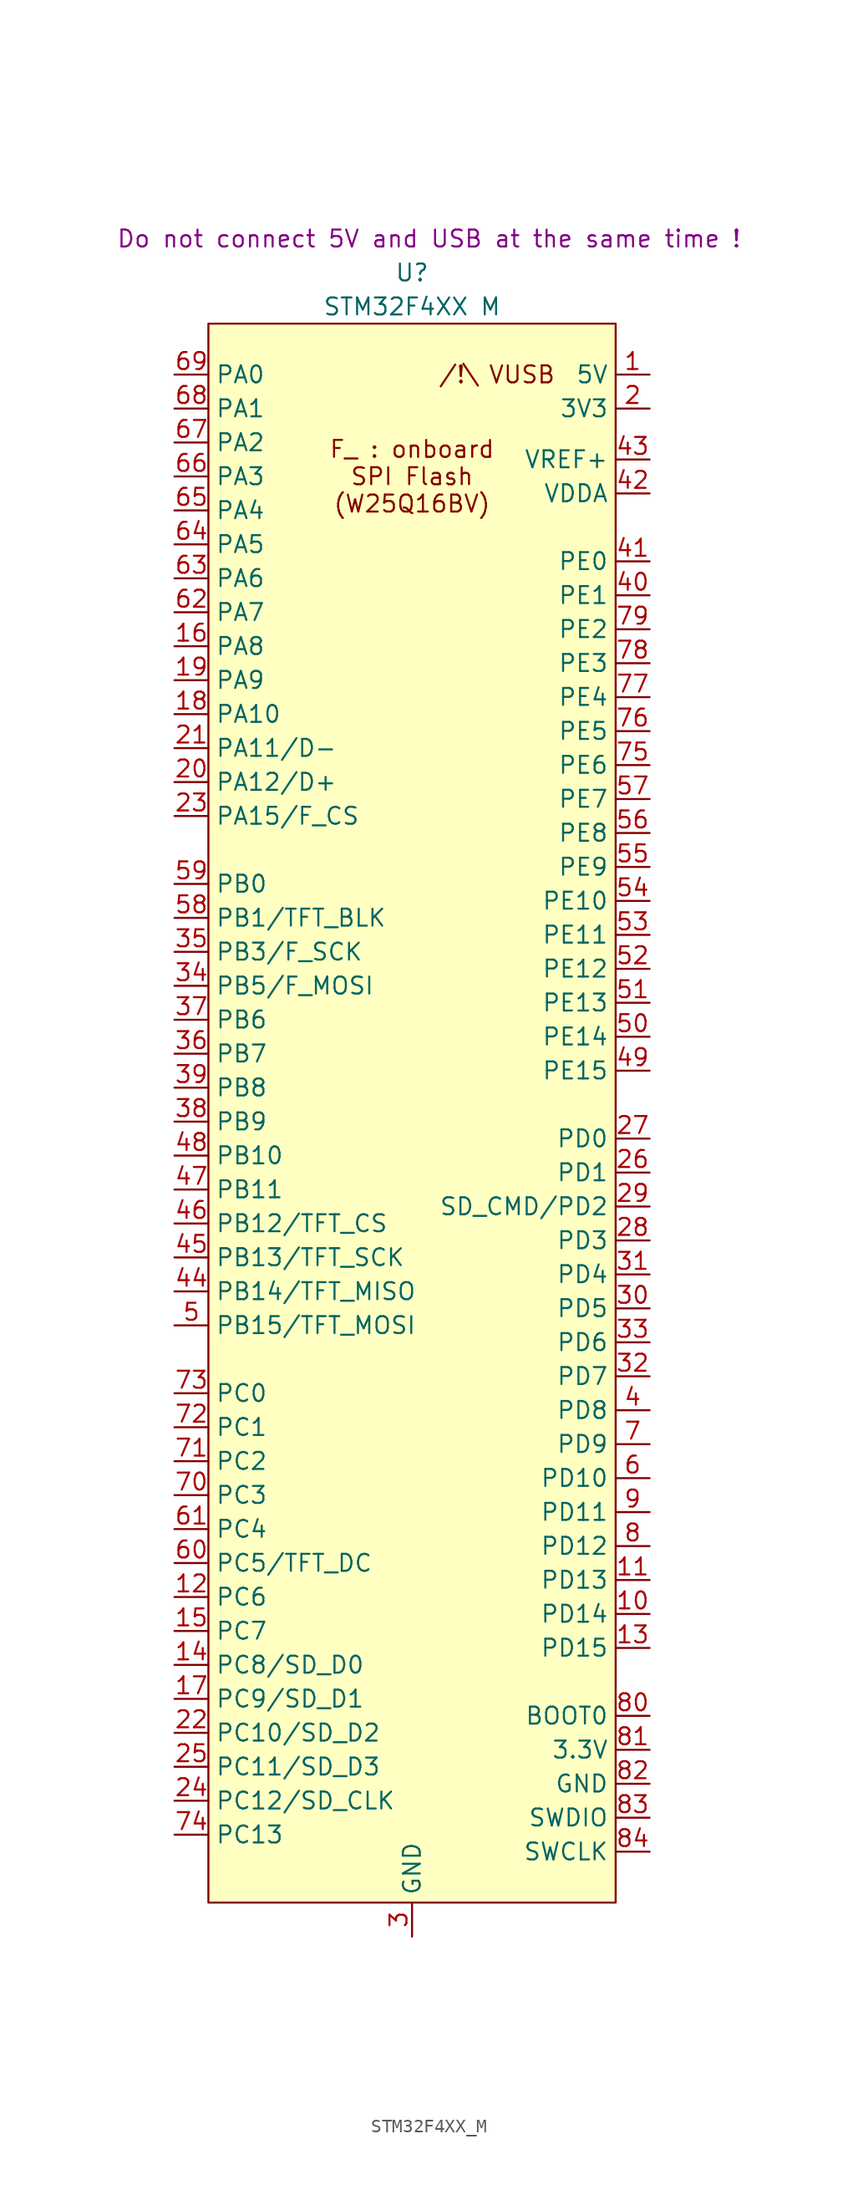
<source format=kicad_sym>
(kicad_symbol_lib
  (version 20220914)
  (generator kicad_symbol_editor)
  (symbol "STM32F4XX_M"
    (property "Reference" "U"
      (at 0 62.23 0)
      (effects (font (size 1.27 1.27))))
    (property "Value" "STM32F4XX M"
      (at 0 59.69 0)
      (effects (font (size 1.27 1.27))))
    (property "Note d'intégration" "Do not connect 5V and USB at the same time !"
      (at 1.27 64.77 0)
      (effects (font (size 1.27 1.27))))
    (symbol "STM32F4XX_M_1_1"
      (rectangle (start -15.24 58.42) (end 15.24 -59.69) (stroke (width 0) (type default)) (fill (type background)))
      (text "/!\\ VUSB\n" (at 6.35 54.61 0) (effects (font (size 1.27 1.27))))
      (text "F_ : onboard\nSPI Flash\n(W25Q16BV)" (at 0 46.99 0) (effects (font (size 1.27 1.27))))
      (pin power_in line (at 17.78 54.61 180) (length 2.54) (name "5V" (effects (font (size 1.27 1.27)))) (number "1" (effects (font (size 1.27 1.27)))))
      (pin bidirectional line (at 17.78 -38.1 180) (length 2.54) (name "PD14" (effects (font (size 1.27 1.27)))) (number "10" (effects (font (size 1.27 1.27)))))
      (pin bidirectional line (at 17.78 -35.56 180) (length 2.54) (name "PD13" (effects (font (size 1.27 1.27)))) (number "11" (effects (font (size 1.27 1.27)))))
      (pin bidirectional line (at -17.78 -36.83 0) (length 2.54) (name "PC6" (effects (font (size 1.27 1.27)))) (number "12" (effects (font (size 1.27 1.27)))))
      (pin bidirectional line (at 17.78 -40.64 180) (length 2.54) (name "PD15" (effects (font (size 1.27 1.27)))) (number "13" (effects (font (size 1.27 1.27)))))
      (pin bidirectional line (at -17.78 -41.91 0) (length 2.54) (name "PC8/SD_D0" (effects (font (size 1.27 1.27)))) (number "14" (effects (font (size 1.27 1.27)))))
      (pin bidirectional line (at -17.78 -39.37 0) (length 2.54) (name "PC7" (effects (font (size 1.27 1.27)))) (number "15" (effects (font (size 1.27 1.27)))))
      (pin bidirectional line (at -17.78 34.29 0) (length 2.54) (name "PA8" (effects (font (size 1.27 1.27)))) (number "16" (effects (font (size 1.27 1.27)))))
      (pin bidirectional line (at -17.78 -44.45 0) (length 2.54) (name "PC9/SD_D1" (effects (font (size 1.27 1.27)))) (number "17" (effects (font (size 1.27 1.27)))))
      (pin bidirectional line (at -17.78 29.21 0) (length 2.54) (name "PA10" (effects (font (size 1.27 1.27)))) (number "18" (effects (font (size 1.27 1.27)))))
      (pin bidirectional line (at -17.78 31.75 0) (length 2.54) (name "PA9" (effects (font (size 1.27 1.27)))) (number "19" (effects (font (size 1.27 1.27)))))
      (pin power_in line (at 17.78 52.07 180) (length 2.54) (name "3V3" (effects (font (size 1.27 1.27)))) (number "2" (effects (font (size 1.27 1.27)))))
      (pin bidirectional line (at -17.78 24.13 0) (length 2.54) (name "PA12/D+" (effects (font (size 1.27 1.27)))) (number "20" (effects (font (size 1.27 1.27)))))
      (pin bidirectional line (at -17.78 26.67 0) (length 2.54) (name "PA11/D-" (effects (font (size 1.27 1.27)))) (number "21" (effects (font (size 1.27 1.27)))))
      (pin bidirectional line (at -17.78 -46.99 0) (length 2.54) (name "PC10/SD_D2" (effects (font (size 1.27 1.27)))) (number "22" (effects (font (size 1.27 1.27)))))
      (pin bidirectional line (at -17.78 21.59 0) (length 2.54) (name "PA15/F_CS" (effects (font (size 1.27 1.27)))) (number "23" (effects (font (size 1.27 1.27)))))
      (pin bidirectional line (at -17.78 -52.07 0) (length 2.54) (name "PC12/SD_CLK" (effects (font (size 1.27 1.27)))) (number "24" (effects (font (size 1.27 1.27)))))
      (pin bidirectional line (at -17.78 -49.53 0) (length 2.54) (name "PC11/SD_D3" (effects (font (size 1.27 1.27)))) (number "25" (effects (font (size 1.27 1.27)))))
      (pin bidirectional line (at 17.78 -5.08 180) (length 2.54) (name "PD1" (effects (font (size 1.27 1.27)))) (number "26" (effects (font (size 1.27 1.27)))))
      (pin bidirectional line (at 17.78 -2.54 180) (length 2.54) (name "PD0" (effects (font (size 1.27 1.27)))) (number "27" (effects (font (size 1.27 1.27)))))
      (pin bidirectional line (at 17.78 -10.16 180) (length 2.54) (name "PD3" (effects (font (size 1.27 1.27)))) (number "28" (effects (font (size 1.27 1.27)))))
      (pin bidirectional line (at 17.78 -7.62 180) (length 2.54) (name "SD_CMD/PD2" (effects (font (size 1.27 1.27)))) (number "29" (effects (font (size 1.27 1.27)))))
      (pin power_in line (at 0 -62.23 90) (length 2.54) (name "GND" (effects (font (size 1.27 1.27)))) (number "3" (effects (font (size 1.27 1.27)))))
      (pin bidirectional line (at 17.78 -15.24 180) (length 2.54) (name "PD5" (effects (font (size 1.27 1.27)))) (number "30" (effects (font (size 1.27 1.27)))))
      (pin bidirectional line (at 17.78 -12.7 180) (length 2.54) (name "PD4" (effects (font (size 1.27 1.27)))) (number "31" (effects (font (size 1.27 1.27)))))
      (pin bidirectional line (at 17.78 -20.32 180) (length 2.54) (name "PD7" (effects (font (size 1.27 1.27)))) (number "32" (effects (font (size 1.27 1.27)))))
      (pin bidirectional line (at 17.78 -17.78 180) (length 2.54) (name "PD6" (effects (font (size 1.27 1.27)))) (number "33" (effects (font (size 1.27 1.27)))))
      (pin bidirectional line (at -17.78 8.89 0) (length 2.54) (name "PB5/F_MOSI" (effects (font (size 1.27 1.27)))) (number "34" (effects (font (size 1.27 1.27)))))
      (pin bidirectional line (at -17.78 11.43 0) (length 2.54) (name "PB3/F_SCK" (effects (font (size 1.27 1.27)))) (number "35" (effects (font (size 1.27 1.27)))))
      (pin bidirectional line (at -17.78 3.81 0) (length 2.54) (name "PB7" (effects (font (size 1.27 1.27)))) (number "36" (effects (font (size 1.27 1.27)))))
      (pin bidirectional line (at -17.78 6.35 0) (length 2.54) (name "PB6" (effects (font (size 1.27 1.27)))) (number "37" (effects (font (size 1.27 1.27)))))
      (pin bidirectional line (at -17.78 -1.27 0) (length 2.54) (name "PB9" (effects (font (size 1.27 1.27)))) (number "38" (effects (font (size 1.27 1.27)))))
      (pin bidirectional line (at -17.78 1.27 0) (length 2.54) (name "PB8" (effects (font (size 1.27 1.27)))) (number "39" (effects (font (size 1.27 1.27)))))
      (pin bidirectional line (at 17.78 -22.86 180) (length 2.54) (name "PD8" (effects (font (size 1.27 1.27)))) (number "4" (effects (font (size 1.27 1.27)))))
      (pin bidirectional line (at 17.78 38.1 180) (length 2.54) (name "PE1" (effects (font (size 1.27 1.27)))) (number "40" (effects (font (size 1.27 1.27)))))
      (pin bidirectional line (at 17.78 40.64 180) (length 2.54) (name "PE0" (effects (font (size 1.27 1.27)))) (number "41" (effects (font (size 1.27 1.27)))))
      (pin input line (at 17.78 45.72 180) (length 2.54) (name "VDDA" (effects (font (size 1.27 1.27)))) (number "42" (effects (font (size 1.27 1.27)))))
      (pin input line (at 17.78 48.26 180) (length 2.54) (name "VREF+" (effects (font (size 1.27 1.27)))) (number "43" (effects (font (size 1.27 1.27)))))
      (pin bidirectional line (at -17.78 -13.97 0) (length 2.54) (name "PB14/TFT_MISO" (effects (font (size 1.27 1.27)))) (number "44" (effects (font (size 1.27 1.27)))))
      (pin bidirectional line (at -17.78 -11.43 0) (length 2.54) (name "PB13/TFT_SCK" (effects (font (size 1.27 1.27)))) (number "45" (effects (font (size 1.27 1.27)))))
      (pin bidirectional line (at -17.78 -8.89 0) (length 2.54) (name "PB12/TFT_CS" (effects (font (size 1.27 1.27)))) (number "46" (effects (font (size 1.27 1.27)))))
      (pin bidirectional line (at -17.78 -6.35 0) (length 2.54) (name "PB11" (effects (font (size 1.27 1.27)))) (number "47" (effects (font (size 1.27 1.27)))))
      (pin bidirectional line (at -17.78 -3.81 0) (length 2.54) (name "PB10" (effects (font (size 1.27 1.27)))) (number "48" (effects (font (size 1.27 1.27)))))
      (pin bidirectional line (at 17.78 2.54 180) (length 2.54) (name "PE15" (effects (font (size 1.27 1.27)))) (number "49" (effects (font (size 1.27 1.27)))))
      (pin bidirectional line (at -17.78 -16.51 0) (length 2.54) (name "PB15/TFT_MOSI" (effects (font (size 1.27 1.27)))) (number "5" (effects (font (size 1.27 1.27)))))
      (pin bidirectional line (at 17.78 5.08 180) (length 2.54) (name "PE14" (effects (font (size 1.27 1.27)))) (number "50" (effects (font (size 1.27 1.27)))))
      (pin bidirectional line (at 17.78 7.62 180) (length 2.54) (name "PE13" (effects (font (size 1.27 1.27)))) (number "51" (effects (font (size 1.27 1.27)))))
      (pin bidirectional line (at 17.78 10.16 180) (length 2.54) (name "PE12" (effects (font (size 1.27 1.27)))) (number "52" (effects (font (size 1.27 1.27)))))
      (pin bidirectional line (at 17.78 12.7 180) (length 2.54) (name "PE11" (effects (font (size 1.27 1.27)))) (number "53" (effects (font (size 1.27 1.27)))))
      (pin bidirectional line (at 17.78 15.24 180) (length 2.54) (name "PE10" (effects (font (size 1.27 1.27)))) (number "54" (effects (font (size 1.27 1.27)))))
      (pin bidirectional line (at 17.78 17.78 180) (length 2.54) (name "PE9" (effects (font (size 1.27 1.27)))) (number "55" (effects (font (size 1.27 1.27)))))
      (pin bidirectional line (at 17.78 20.32 180) (length 2.54) (name "PE8" (effects (font (size 1.27 1.27)))) (number "56" (effects (font (size 1.27 1.27)))))
      (pin bidirectional line (at 17.78 22.86 180) (length 2.54) (name "PE7" (effects (font (size 1.27 1.27)))) (number "57" (effects (font (size 1.27 1.27)))))
      (pin bidirectional line (at -17.78 13.97 0) (length 2.54) (name "PB1/TFT_BLK" (effects (font (size 1.27 1.27)))) (number "58" (effects (font (size 1.27 1.27)))))
      (pin bidirectional line (at -17.78 16.51 0) (length 2.54) (name "PB0" (effects (font (size 1.27 1.27)))) (number "59" (effects (font (size 1.27 1.27)))))
      (pin bidirectional line (at 17.78 -27.94 180) (length 2.54) (name "PD10" (effects (font (size 1.27 1.27)))) (number "6" (effects (font (size 1.27 1.27)))))
      (pin bidirectional line (at -17.78 -34.29 0) (length 2.54) (name "PC5/TFT_DC" (effects (font (size 1.27 1.27)))) (number "60" (effects (font (size 1.27 1.27)))))
      (pin bidirectional line (at -17.78 -31.75 0) (length 2.54) (name "PC4" (effects (font (size 1.27 1.27)))) (number "61" (effects (font (size 1.27 1.27)))))
      (pin bidirectional line (at -17.78 36.83 0) (length 2.54) (name "PA7" (effects (font (size 1.27 1.27)))) (number "62" (effects (font (size 1.27 1.27)))))
      (pin bidirectional line (at -17.78 39.37 0) (length 2.54) (name "PA6" (effects (font (size 1.27 1.27)))) (number "63" (effects (font (size 1.27 1.27)))))
      (pin bidirectional line (at -17.78 41.91 0) (length 2.54) (name "PA5" (effects (font (size 1.27 1.27)))) (number "64" (effects (font (size 1.27 1.27)))))
      (pin bidirectional line (at -17.78 44.45 0) (length 2.54) (name "PA4" (effects (font (size 1.27 1.27)))) (number "65" (effects (font (size 1.27 1.27)))))
      (pin bidirectional line (at -17.78 46.99 0) (length 2.54) (name "PA3" (effects (font (size 1.27 1.27)))) (number "66" (effects (font (size 1.27 1.27)))))
      (pin bidirectional line (at -17.78 49.53 0) (length 2.54) (name "PA2" (effects (font (size 1.27 1.27)))) (number "67" (effects (font (size 1.27 1.27)))))
      (pin bidirectional line (at -17.78 52.07 0) (length 2.54) (name "PA1" (effects (font (size 1.27 1.27)))) (number "68" (effects (font (size 1.27 1.27)))))
      (pin bidirectional line (at -17.78 54.61 0) (length 2.54) (name "PA0" (effects (font (size 1.27 1.27)))) (number "69" (effects (font (size 1.27 1.27)))))
      (pin bidirectional line (at 17.78 -25.4 180) (length 2.54) (name "PD9" (effects (font (size 1.27 1.27)))) (number "7" (effects (font (size 1.27 1.27)))))
      (pin bidirectional line (at -17.78 -29.21 0) (length 2.54) (name "PC3" (effects (font (size 1.27 1.27)))) (number "70" (effects (font (size 1.27 1.27)))))
      (pin bidirectional line (at -17.78 -26.67 0) (length 2.54) (name "PC2" (effects (font (size 1.27 1.27)))) (number "71" (effects (font (size 1.27 1.27)))))
      (pin bidirectional line (at -17.78 -24.13 0) (length 2.54) (name "PC1" (effects (font (size 1.27 1.27)))) (number "72" (effects (font (size 1.27 1.27)))))
      (pin bidirectional line (at -17.78 -21.59 0) (length 2.54) (name "PC0" (effects (font (size 1.27 1.27)))) (number "73" (effects (font (size 1.27 1.27)))))
      (pin bidirectional line (at -17.78 -54.61 0) (length 2.54) (name "PC13" (effects (font (size 1.27 1.27)))) (number "74" (effects (font (size 1.27 1.27)))))
      (pin bidirectional line (at 17.78 25.4 180) (length 2.54) (name "PE6" (effects (font (size 1.27 1.27)))) (number "75" (effects (font (size 1.27 1.27)))))
      (pin bidirectional line (at 17.78 27.94 180) (length 2.54) (name "PE5" (effects (font (size 1.27 1.27)))) (number "76" (effects (font (size 1.27 1.27)))))
      (pin bidirectional line (at 17.78 30.48 180) (length 2.54) (name "PE4" (effects (font (size 1.27 1.27)))) (number "77" (effects (font (size 1.27 1.27)))))
      (pin bidirectional line (at 17.78 33.02 180) (length 2.54) (name "PE3" (effects (font (size 1.27 1.27)))) (number "78" (effects (font (size 1.27 1.27)))))
      (pin bidirectional line (at 17.78 35.56 180) (length 2.54) (name "PE2" (effects (font (size 1.27 1.27)))) (number "79" (effects (font (size 1.27 1.27)))))
      (pin bidirectional line (at 17.78 -33.02 180) (length 2.54) (name "PD12" (effects (font (size 1.27 1.27)))) (number "8" (effects (font (size 1.27 1.27)))))
      (pin bidirectional line (at 17.78 -45.72 180) (length 2.54) (name "BOOT0" (effects (font (size 1.27 1.27)))) (number "80" (effects (font (size 1.27 1.27)))))
      (pin power_in line (at 17.78 -48.26 180) (length 2.54) (name "3.3V" (effects (font (size 1.27 1.27)))) (number "81" (effects (font (size 1.27 1.27)))))
      (pin power_in line (at 17.78 -50.8 180) (length 2.54) (name "GND" (effects (font (size 1.27 1.27)))) (number "82" (effects (font (size 1.27 1.27)))))
      (pin bidirectional line (at 17.78 -53.34 180) (length 2.54) (name "SWDIO" (effects (font (size 1.27 1.27)))) (number "83" (effects (font (size 1.27 1.27)))))
      (pin input line (at 17.78 -55.88 180) (length 2.54) (name "SWCLK" (effects (font (size 1.27 1.27)))) (number "84" (effects (font (size 1.27 1.27)))))
      (pin bidirectional line (at 17.78 -30.48 180) (length 2.54) (name "PD11" (effects (font (size 1.27 1.27)))) (number "9" (effects (font (size 1.27 1.27))))))))
</source>
